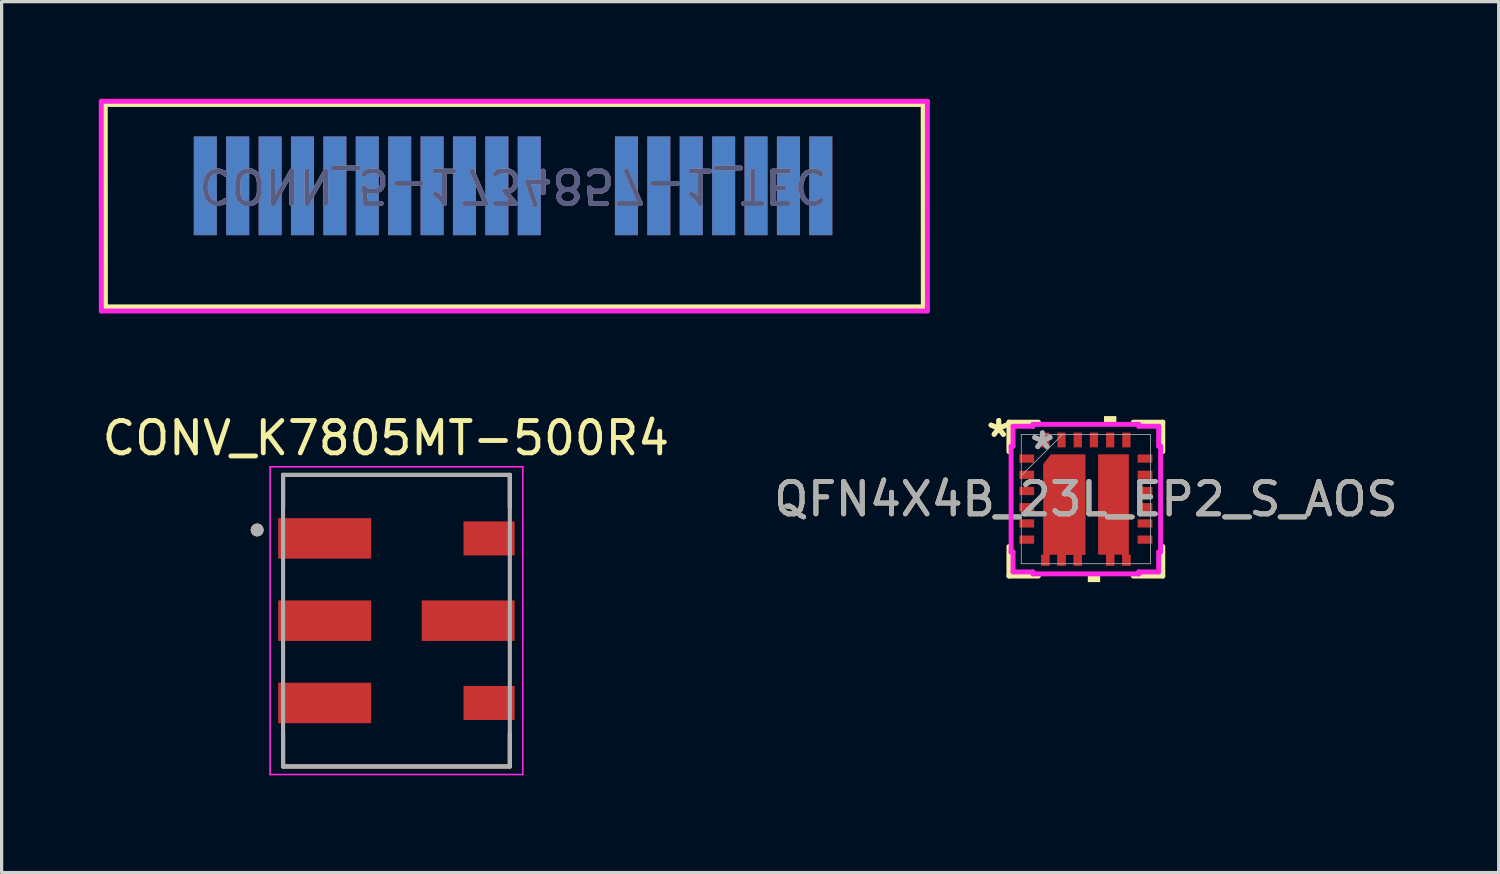
<source format=kicad_pcb>
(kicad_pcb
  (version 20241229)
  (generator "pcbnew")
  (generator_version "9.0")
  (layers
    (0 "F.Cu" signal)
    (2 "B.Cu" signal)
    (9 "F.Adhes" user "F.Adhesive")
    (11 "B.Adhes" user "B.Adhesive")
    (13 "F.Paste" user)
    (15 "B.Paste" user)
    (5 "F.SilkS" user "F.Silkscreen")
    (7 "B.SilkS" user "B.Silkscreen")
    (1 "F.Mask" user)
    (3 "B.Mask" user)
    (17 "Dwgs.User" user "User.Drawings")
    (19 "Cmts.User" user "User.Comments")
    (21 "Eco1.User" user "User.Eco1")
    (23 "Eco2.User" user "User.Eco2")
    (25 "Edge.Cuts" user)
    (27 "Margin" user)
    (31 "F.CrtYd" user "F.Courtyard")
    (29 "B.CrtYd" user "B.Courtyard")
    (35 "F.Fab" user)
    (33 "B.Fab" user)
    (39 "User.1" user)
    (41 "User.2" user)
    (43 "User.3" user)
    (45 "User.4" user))
  (footprint "QFN4X4B_23L_EP2_S_AOS"
    (layer "F.Cu")
    (at 30.47 12.357)
    (property "Reference" "QFN4X4B_23L_EP2_S_AOS" (at 0 0 0) (unlocked yes) (layer "F.SilkS") (effects (font (size 1 1) (thickness 0.15))))
    (attr smd)
    (fp_poly (pts (xy 0.377 1.716) (xy 0.624 1.716) (xy 0.624 2.054) (xy 0.878 2.054) (xy 0.878 1.716) (xy 1.124 1.716) (xy 1.124 2.054) (xy 1.378 2.054) (xy 1.378 1.716) (xy 1.327 1.716) (xy 1.327 -1.383) (xy 0.377 -1.383)) (stroke (width 0) (type solid)) (fill yes) (layer "F.Cu"))
    (fp_poly (pts (xy -1.079 -1.383) (xy -1.317 -1.079) (xy -1.317 1.716) (xy -1.378 1.716) (xy -1.378 2.054) (xy -1.124 2.054) (xy -1.124 1.723) (xy -0.878 1.716) (xy -0.878 2.054) (xy -0.624 2.054) (xy -0.624 1.723) (xy -0.377 1.723) (xy -0.377 2.054) (xy -0.123 2.054) (xy -0.123 1.723) (xy -0.01 1.723) (xy -0.01 -1.383)) (stroke (width 0) (type solid)) (fill yes) (layer "F.Cu"))
    (fp_poly (pts (xy 0.377 1.716) (xy 0.624 1.716) (xy 0.624 2.054) (xy 0.878 2.054) (xy 0.878 1.716) (xy 1.124 1.716) (xy 1.124 2.054) (xy 1.378 2.054) (xy 1.378 1.716) (xy 1.327 1.716) (xy 1.327 -1.383) (xy 0.377 -1.383)) (stroke (width 0) (type solid)) (fill yes) (layer "F.Mask"))
    (fp_poly (pts (xy -1.079 -1.383) (xy -1.317 -1.079) (xy -1.317 1.716) (xy -1.378 1.716) (xy -1.378 2.054) (xy -1.124 2.054) (xy -1.124 1.723) (xy -0.878 1.716) (xy -0.878 2.054) (xy -0.624 2.054) (xy -0.624 1.723) (xy -0.377 1.723) (xy -0.377 2.054) (xy -0.123 2.054) (xy -0.123 1.723) (xy -0.01 1.723) (xy -0.01 -1.383)) (stroke (width 0) (type solid)) (fill yes) (layer "F.Mask"))
    (fp_line (start -2.375 -2.375) (end -2.375 -1.464) (stroke (width 0.152) (type solid)) (layer "F.SilkS"))
    (fp_line (start -2.375 1.464) (end -2.375 2.375) (stroke (width 0.152) (type solid)) (layer "F.SilkS"))
    (fp_line (start -2.375 2.375) (end -1.464 2.375) (stroke (width 0.152) (type solid)) (layer "F.SilkS"))
    (fp_line (start -1.464 -2.375) (end -2.375 -2.375) (stroke (width 0.152) (type solid)) (layer "F.SilkS"))
    (fp_line (start 1.464 2.375) (end 2.375 2.375) (stroke (width 0.152) (type solid)) (layer "F.SilkS"))
    (fp_line (start 2.375 -2.375) (end 1.464 -2.375) (stroke (width 0.152) (type solid)) (layer "F.SilkS"))
    (fp_line (start 2.375 -1.464) (end 2.375 -2.375) (stroke (width 0.152) (type solid)) (layer "F.SilkS"))
    (fp_line (start 2.375 2.375) (end 2.375 1.464) (stroke (width 0.152) (type solid)) (layer "F.SilkS"))
    (fp_poly (pts (xy 0.06 2.308) (xy 0.06 2.562) (xy 0.441 2.562) (xy 0.441 2.308)) (stroke (width 0) (type solid)) (fill yes) (layer "F.SilkS"))
    (fp_poly (pts (xy 0.56 -2.308) (xy 0.56 -2.562) (xy 0.941 -2.562) (xy 0.941 -2.308)) (stroke (width 0) (type solid)) (fill yes) (layer "F.SilkS"))
    (fp_poly (pts (xy 0.377 1.716) (xy 0.624 1.716) (xy 0.624 2.054) (xy 0.878 2.054) (xy 0.878 1.716) (xy 1.124 1.716) (xy 1.124 2.054) (xy 1.378 2.054) (xy 1.378 1.716) (xy 1.327 1.716) (xy 1.327 -1.383) (xy 0.377 -1.383)) (stroke (width 0) (type solid)) (fill yes) (layer "F.Paste"))
    (fp_poly (pts (xy -1.079 -1.383) (xy -1.317 -1.079) (xy -1.317 1.716) (xy -1.378 1.716) (xy -1.378 2.054) (xy -1.124 2.054) (xy -1.124 1.723) (xy -0.878 1.716) (xy -0.878 2.054) (xy -0.624 2.054) (xy -0.624 1.723) (xy -0.377 1.723) (xy -0.377 2.054) (xy -0.123 2.054) (xy -0.123 1.723) (xy -0.01 1.723) (xy -0.01 -1.383)) (stroke (width 0) (type solid)) (fill yes) (layer "F.Paste"))
    (fp_line (start -2.308 -1.632) (end -2.248 -1.632) (stroke (width 0.152) (type solid)) (layer "F.CrtYd"))
    (fp_line (start -2.308 1.632) (end -2.308 -1.632) (stroke (width 0.152) (type solid)) (layer "F.CrtYd"))
    (fp_line (start -2.248 -2.248) (end -1.632 -2.248) (stroke (width 0.152) (type solid)) (layer "F.CrtYd"))
    (fp_line (start -2.248 -1.632) (end -2.248 -2.248) (stroke (width 0.152) (type solid)) (layer "F.CrtYd"))
    (fp_line (start -2.248 1.632) (end -2.308 1.632) (stroke (width 0.152) (type solid)) (layer "F.CrtYd"))
    (fp_line (start -2.248 2.248) (end -2.248 1.632) (stroke (width 0.152) (type solid)) (layer "F.CrtYd"))
    (fp_line (start -1.632 -2.308) (end 1.632 -2.308) (stroke (width 0.152) (type solid)) (layer "F.CrtYd"))
    (fp_line (start -1.632 -2.248) (end -1.632 -2.308) (stroke (width 0.152) (type solid)) (layer "F.CrtYd"))
    (fp_line (start -1.632 2.248) (end -2.248 2.248) (stroke (width 0.152) (type solid)) (layer "F.CrtYd"))
    (fp_line (start -1.632 2.308) (end -1.632 2.248) (stroke (width 0.152) (type solid)) (layer "F.CrtYd"))
    (fp_line (start 1.632 -2.308) (end 1.632 -2.248) (stroke (width 0.152) (type solid)) (layer "F.CrtYd"))
    (fp_line (start 1.632 -2.248) (end 2.248 -2.248) (stroke (width 0.152) (type solid)) (layer "F.CrtYd"))
    (fp_line (start 1.632 2.248) (end 1.632 2.308) (stroke (width 0.152) (type solid)) (layer "F.CrtYd"))
    (fp_line (start 1.632 2.308) (end -1.632 2.308) (stroke (width 0.152) (type solid)) (layer "F.CrtYd"))
    (fp_line (start 2.248 -2.248) (end 2.248 -1.632) (stroke (width 0.152) (type solid)) (layer "F.CrtYd"))
    (fp_line (start 2.248 -1.632) (end 2.308 -1.632) (stroke (width 0.152) (type solid)) (layer "F.CrtYd"))
    (fp_line (start 2.248 1.632) (end 2.248 2.248) (stroke (width 0.152) (type solid)) (layer "F.CrtYd"))
    (fp_line (start 2.248 2.248) (end 1.632 2.248) (stroke (width 0.152) (type solid)) (layer "F.CrtYd"))
    (fp_line (start 2.308 -1.632) (end 2.308 1.632) (stroke (width 0.152) (type solid)) (layer "F.CrtYd"))
    (fp_line (start 2.308 1.632) (end 2.248 1.632) (stroke (width 0.152) (type solid)) (layer "F.CrtYd"))
    (fp_line (start -1.994 -1.994) (end -1.994 1.994) (stroke (width 0.025) (type solid)) (layer "F.Fab"))
    (fp_line (start -1.994 -0.724) (end -0.724 -1.994) (stroke (width 0.025) (type solid)) (layer "F.Fab"))
    (fp_line (start -1.994 1.994) (end 1.994 1.994) (stroke (width 0.025) (type solid)) (layer "F.Fab"))
    (fp_line (start 1.994 -1.994) (end -1.994 -1.994) (stroke (width 0.025) (type solid)) (layer "F.Fab"))
    (fp_line (start 1.994 1.994) (end 1.994 -1.994) (stroke (width 0.025) (type solid)) (layer "F.Fab"))
    (fp_text user "*" (at -2.689 -1.882 0) (layer "F.SilkS") (effects (font (size 1 1) (thickness 0.15))))
    (fp_text user "*" (at -2.689 -1.882 0) (unlocked yes) (layer "F.SilkS") (effects (font (size 1 1) (thickness 0.15))))
    (fp_text user "*" (at -1.342 -1.501 0) (layer "F.Fab") (effects (font (size 1 1) (thickness 0.15))))
    (fp_text user "*" (at -1.342 -1.501 0) (unlocked yes) (layer "F.Fab") (effects (font (size 1 1) (thickness 0.15))))
    (fp_text user "${REFERENCE}" (at 0 0 0) (unlocked yes) (layer "F.Fab") (effects (font (size 1 1) (thickness 0.15))))
    (pad "1" smd rect (at -1.825 -1.251 90) (size 0.254 0.457) (layers "F.Cu" "F.Mask" "F.Paste"))
    (pad "2" smd rect (at -1.825 -0.751 90) (size 0.254 0.457) (layers "F.Cu" "F.Mask" "F.Paste"))
    (pad "3" smd rect (at -1.825 -0.25 90) (size 0.254 0.457) (layers "F.Cu" "F.Mask" "F.Paste"))
    (pad "4" smd rect (at -1.825 0.25 90) (size 0.254 0.457) (layers "F.Cu" "F.Mask" "F.Paste"))
    (pad "5" smd rect (at -1.825 0.751 90) (size 0.254 0.457) (layers "F.Cu" "F.Mask" "F.Paste"))
    (pad "6" smd rect (at -1.825 1.251 90) (size 0.254 0.457) (layers "F.Cu" "F.Mask" "F.Paste"))
    (pad "7" smd rect (at -1.251 1.888) (size 0.254 0.33) (layers "F.Cu" "F.Mask" "F.Paste"))
    (pad "8" smd rect (at -0.751 1.888) (size 0.254 0.33) (layers "F.Cu" "F.Mask" "F.Paste"))
    (pad "9" smd rect (at -0.25 1.888) (size 0.254 0.33) (layers "F.Cu" "F.Mask" "F.Paste"))
    (pad "10" smd rect (at 0.751 1.888) (size 0.254 0.33) (layers "F.Cu" "F.Mask" "F.Paste"))
    (pad "11" smd rect (at 1.251 1.888) (size 0.254 0.33) (layers "F.Cu" "F.Mask" "F.Paste"))
    (pad "12" smd rect (at 1.825 1.251 90) (size 0.254 0.457) (layers "F.Cu" "F.Mask" "F.Paste"))
    (pad "13" smd rect (at 1.825 0.751 90) (size 0.254 0.457) (layers "F.Cu" "F.Mask" "F.Paste"))
    (pad "14" smd rect (at 1.825 0.25 90) (size 0.254 0.457) (layers "F.Cu" "F.Mask" "F.Paste"))
    (pad "15" smd rect (at 1.825 -0.25 90) (size 0.254 0.457) (layers "F.Cu" "F.Mask" "F.Paste"))
    (pad "16" smd rect (at 1.825 -0.751 90) (size 0.254 0.457) (layers "F.Cu" "F.Mask" "F.Paste"))
    (pad "17" smd rect (at 1.825 -1.251 90) (size 0.254 0.457) (layers "F.Cu" "F.Mask" "F.Paste"))
    (pad "18" smd rect (at 1.251 -1.825) (size 0.254 0.457) (layers "F.Cu" "F.Mask" "F.Paste"))
    (pad "19" smd rect (at 0.751 -1.825) (size 0.254 0.457) (layers "F.Cu" "F.Mask" "F.Paste"))
    (pad "20" smd rect (at 0.25 -1.825) (size 0.254 0.457) (layers "F.Cu" "F.Mask" "F.Paste"))
    (pad "21" smd rect (at -0.25 -1.825) (size 0.254 0.457) (layers "F.Cu" "F.Mask" "F.Paste"))
    (pad "22" smd rect (at -0.751 -1.825) (size 0.254 0.457) (layers "F.Cu" "F.Mask" "F.Paste"))
    (pad "23" smd rect (at -1.251 -1.825) (size 0.254 0.457) (layers "F.Cu" "F.Mask" "F.Paste")))
  (footprint "CONN_5-1734857-1_TEC"
    (layer "F.Cu")
    (at 12.828 2.696)
    (property "Reference" "CONN_5-1734857-1_TEC" (at -0.04 -0.01 180) (unlocked yes) (layer "B.SilkS") (effects (font (size 1 1) (thickness 0.15)) (justify mirror)))
    (attr smd)
    (fp_line (start -12.628 -2.52) (end -12.624 3.727) (stroke (width 0.152) (type solid)) (layer "F.SilkS"))
    (fp_line (start -12.624 3.727) (end 12.624 3.727) (stroke (width 0.152) (type solid)) (layer "F.SilkS"))
    (fp_line (start 12.62 -2.52) (end -12.628 -2.52) (stroke (width 0.152) (type solid)) (layer "F.SilkS"))
    (fp_line (start 12.624 3.727) (end 12.62 -2.52) (stroke (width 0.152) (type solid)) (layer "F.SilkS"))
    (fp_line (start -12.752 -2.62) (end -12.751 3.854) (stroke (width 0.152) (type solid)) (layer "F.CrtYd"))
    (fp_line (start -12.751 3.854) (end 12.751 3.854) (stroke (width 0.152) (type solid)) (layer "F.CrtYd"))
    (fp_line (start 12.75 -2.62) (end -12.752 -2.62) (stroke (width 0.152) (type solid)) (layer "F.CrtYd"))
    (fp_line (start 12.751 3.854) (end 12.75 -2.62) (stroke (width 0.152) (type solid)) (layer "F.CrtYd"))
    (fp_text user "${REFERENCE}" (at -0.04 -0.01 180) (unlocked yes) (layer "B.Fab") (effects (font (size 1 1) (thickness 0.15)) (justify mirror)))
    (pad "A1" smd rect (at -9.54 -0.01 90) (size 3.048 0.711) (layers "F.Cu" "F.Mask" "F.Paste"))
    (pad "A2" smd rect (at -8.54 -0.01 90) (size 3.048 0.711) (layers "F.Cu" "F.Mask" "F.Paste"))
    (pad "A3" smd rect (at -7.54 -0.01 90) (size 3.048 0.711) (layers "F.Cu" "F.Mask" "F.Paste"))
    (pad "A4" smd rect (at -6.54 -0.01 90) (size 3.048 0.711) (layers "F.Cu" "F.Mask" "F.Paste"))
    (pad "A5" smd rect (at -5.54 -0.01 90) (size 3.048 0.711) (layers "F.Cu" "F.Mask" "F.Paste"))
    (pad "A6" smd rect (at -4.54 -0.01 90) (size 3.048 0.711) (layers "F.Cu" "F.Mask" "F.Paste"))
    (pad "A7" smd rect (at -3.54 -0.01 90) (size 3.048 0.711) (layers "F.Cu" "F.Mask" "F.Paste"))
    (pad "A8" smd rect (at -2.54 -0.01 90) (size 3.048 0.711) (layers "F.Cu" "F.Mask" "F.Paste"))
    (pad "A9" smd rect (at -1.54 -0.01 90) (size 3.048 0.711) (layers "F.Cu" "F.Mask" "F.Paste"))
    (pad "A10" smd rect (at -0.54 -0.01 90) (size 3.048 0.711) (layers "F.Cu" "F.Mask" "F.Paste"))
    (pad "A11" smd rect (at 0.46 -0.01 90) (size 3.048 0.711) (layers "F.Cu" "F.Mask" "F.Paste"))
    (pad "A12" smd rect (at 3.46 -0.01 90) (size 3.048 0.711) (layers "F.Cu" "F.Mask" "F.Paste"))
    (pad "A13" smd rect (at 4.46 -0.01 90) (size 3.048 0.711) (layers "F.Cu" "F.Mask" "F.Paste"))
    (pad "A14" smd rect (at 5.46 -0.01 90) (size 3.048 0.711) (layers "F.Cu" "F.Mask" "F.Paste"))
    (pad "A15" smd rect (at 6.46 -0.01 90) (size 3.048 0.711) (layers "F.Cu" "F.Mask" "F.Paste"))
    (pad "A16" smd rect (at 7.46 -0.01 90) (size 3.048 0.711) (layers "F.Cu" "F.Mask" "F.Paste"))
    (pad "A17" smd rect (at 8.46 -0.01 90) (size 3.048 0.711) (layers "F.Cu" "F.Mask" "F.Paste"))
    (pad "A18" smd rect (at 9.46 -0.01 90) (size 3.048 0.711) (layers "F.Cu" "F.Mask" "F.Paste"))
    (pad "B1" smd rect (at -9.54 -0.01 90) (size 3.048 0.711) (layers "B.Cu" "B.Mask" "B.Paste"))
    (pad "B2" smd rect (at -8.54 -0.01 90) (size 3.048 0.711) (layers "B.Cu" "B.Mask" "B.Paste"))
    (pad "B3" smd rect (at -7.54 -0.01 90) (size 3.048 0.711) (layers "B.Cu" "B.Mask" "B.Paste"))
    (pad "B4" smd rect (at -6.54 -0.01 90) (size 3.048 0.711) (layers "B.Cu" "B.Mask" "B.Paste"))
    (pad "B5" smd rect (at -5.54 -0.01 90) (size 3.048 0.711) (layers "B.Cu" "B.Mask" "B.Paste"))
    (pad "B6" smd rect (at -4.54 -0.01 90) (size 3.048 0.711) (layers "B.Cu" "B.Mask" "B.Paste"))
    (pad "B7" smd rect (at -3.54 -0.01 90) (size 3.048 0.711) (layers "B.Cu" "B.Mask" "B.Paste"))
    (pad "B8" smd rect (at -2.54 -0.01 90) (size 3.048 0.711) (layers "B.Cu" "B.Mask" "B.Paste"))
    (pad "B9" smd rect (at -1.54 -0.01 90) (size 3.048 0.711) (layers "B.Cu" "B.Mask" "B.Paste"))
    (pad "B10" smd rect (at -0.54 -0.01 90) (size 3.048 0.711) (layers "B.Cu" "B.Mask" "B.Paste"))
    (pad "B11" smd rect (at 0.46 -0.01 90) (size 3.048 0.711) (layers "B.Cu" "B.Mask" "B.Paste"))
    (pad "B12" smd rect (at 3.46 -0.01 90) (size 3.048 0.711) (layers "B.Cu" "B.Mask" "B.Paste"))
    (pad "B13" smd rect (at 4.46 -0.01 90) (size 3.048 0.711) (layers "B.Cu" "B.Mask" "B.Paste"))
    (pad "B14" smd rect (at 5.46 -0.01 90) (size 3.048 0.711) (layers "B.Cu" "B.Mask" "B.Paste"))
    (pad "B15" smd rect (at 6.46 -0.01 90) (size 3.048 0.711) (layers "B.Cu" "B.Mask" "B.Paste"))
    (pad "B16" smd rect (at 7.46 -0.01 90) (size 3.048 0.711) (layers "B.Cu" "B.Mask" "B.Paste"))
    (pad "B17" smd rect (at 8.46 -0.01 90) (size 3.048 0.711) (layers "B.Cu" "B.Mask" "B.Paste"))
    (pad "B18" smd rect (at 9.46 -0.01 90) (size 3.048 0.711) (layers "B.Cu" "B.Mask" "B.Paste")))
  (footprint "CONV_K7805MT-500R4"
    (layer "F.Cu")
    (at 9.188 16.11)
    (property "Reference" "CONV_K7805MT-500R4" (at -0.325 -5.635 0) (layer "F.SilkS") (effects (font (size 1 1) (thickness 0.15))))
    (attr smd)
    (fp_line (start -3.5 -4.5) (end -3.5 -3.5) (stroke (width 0.127) (type solid)) (layer "F.SilkS"))
    (fp_line (start -3.5 -4.5) (end 3.5 -4.5) (stroke (width 0.127) (type solid)) (layer "F.SilkS"))
    (fp_line (start -3.5 4.5) (end -3.5 3.5) (stroke (width 0.127) (type solid)) (layer "F.SilkS"))
    (fp_line (start 3.5 -4.5) (end 3.5 -3.5) (stroke (width 0.127) (type solid)) (layer "F.SilkS"))
    (fp_line (start 3.5 4.5) (end -3.5 4.5) (stroke (width 0.127) (type solid)) (layer "F.SilkS"))
    (fp_line (start 3.5 4.5) (end 3.5 3.5) (stroke (width 0.127) (type solid)) (layer "F.SilkS"))
    (fp_circle (center -4.3 -2.8) (end -4.2 -2.8) (stroke (width 0.2) (type solid)) (fill no) (layer "F.SilkS"))
    (fp_line (start -3.9 -4.75) (end -3.9 4.75) (stroke (width 0.05) (type solid)) (layer "F.CrtYd"))
    (fp_line (start -3.9 4.75) (end 3.9 4.75) (stroke (width 0.05) (type solid)) (layer "F.CrtYd"))
    (fp_line (start 3.9 -4.75) (end -3.9 -4.75) (stroke (width 0.05) (type solid)) (layer "F.CrtYd"))
    (fp_line (start 3.9 4.75) (end 3.9 -4.75) (stroke (width 0.05) (type solid)) (layer "F.CrtYd"))
    (fp_line (start -3.5 -4.5) (end 3.5 -4.5) (stroke (width 0.127) (type solid)) (layer "F.Fab"))
    (fp_line (start -3.5 4.5) (end -3.5 -4.5) (stroke (width 0.127) (type solid)) (layer "F.Fab"))
    (fp_line (start 3.5 -4.5) (end 3.5 4.5) (stroke (width 0.127) (type solid)) (layer "F.Fab"))
    (fp_line (start 3.5 4.5) (end -3.5 4.5) (stroke (width 0.127) (type solid)) (layer "F.Fab"))
    (fp_circle (center -4.3 -2.8) (end -4.2 -2.8) (stroke (width 0.2) (type solid)) (fill no) (layer "F.Fab"))
    (pad "1" smd rect (at -2.215 -2.54) (size 2.87 1.25) (layers "F.Cu" "F.Mask" "F.Paste"))
    (pad "2" smd rect (at -2.215 0) (size 2.87 1.25) (layers "F.Cu" "F.Mask" "F.Paste"))
    (pad "3" smd rect (at -2.215 2.54) (size 2.87 1.25) (layers "F.Cu" "F.Mask" "F.Paste"))
    (pad "4" smd rect (at 2.86 2.54 180) (size 1.58 1.05) (layers "F.Cu" "F.Mask" "F.Paste"))
    (pad "5" smd rect (at 2.215 0 180) (size 2.87 1.25) (layers "F.Cu" "F.Mask" "F.Paste"))
    (pad "6" smd rect (at 2.86 -2.54 180) (size 1.58 1.05) (layers "F.Cu" "F.Mask" "F.Paste")))
  (gr_rect
    (start -3 -3)
    (end 43.214 23.885)
    (stroke (width 0.1) (type default))
    (fill no)
    (layer "Edge.Cuts")))
</source>
